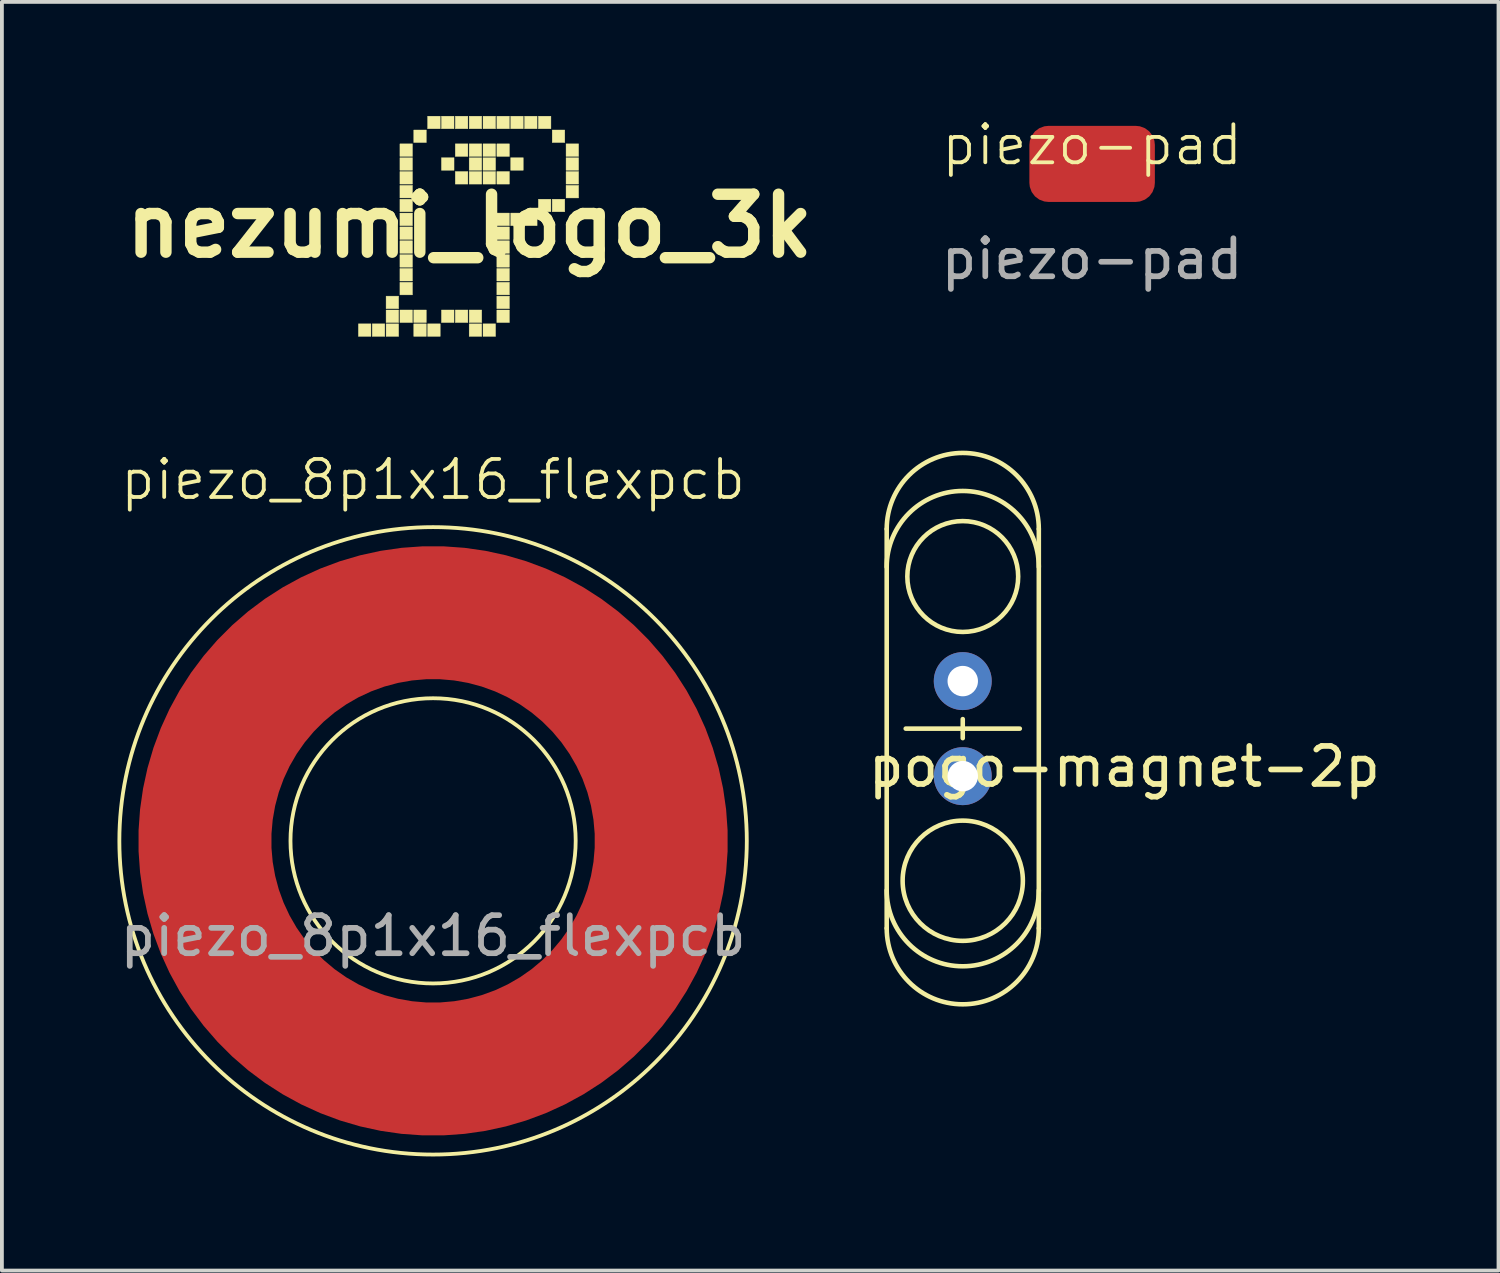
<source format=kicad_pcb>
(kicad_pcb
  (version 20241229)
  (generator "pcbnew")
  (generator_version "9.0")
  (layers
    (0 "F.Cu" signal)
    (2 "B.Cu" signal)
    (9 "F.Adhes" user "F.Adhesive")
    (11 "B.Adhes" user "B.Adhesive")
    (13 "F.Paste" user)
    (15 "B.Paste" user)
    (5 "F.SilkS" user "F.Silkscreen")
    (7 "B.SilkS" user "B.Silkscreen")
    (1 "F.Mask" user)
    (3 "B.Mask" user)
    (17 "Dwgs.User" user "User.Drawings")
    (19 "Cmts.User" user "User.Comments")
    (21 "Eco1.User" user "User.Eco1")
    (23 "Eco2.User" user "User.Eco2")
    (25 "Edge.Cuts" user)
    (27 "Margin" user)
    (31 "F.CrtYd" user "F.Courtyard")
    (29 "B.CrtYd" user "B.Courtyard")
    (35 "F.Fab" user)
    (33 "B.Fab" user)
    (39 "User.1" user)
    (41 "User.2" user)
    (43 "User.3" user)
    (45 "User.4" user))
  (footprint "piezo_8p1x16_flexpcb"
    (layer "F.Cu")
    (at 8.339 19.062)
    (property "Reference" "piezo_8p1x16_flexpcb" (at 0 -9.5 0) (unlocked yes) (layer "F.SilkS") (effects (font (size 1 1) (thickness 0.1))))
    (attr smd)
    (fp_circle (center 0 0) (end -3.75 0) (stroke (width 0.1) (type default)) (fill no) (layer "F.SilkS"))
    (fp_circle (center 0 0) (end 8.25 0) (stroke (width 0.1) (type default)) (fill no) (layer "F.SilkS"))
    (fp_text user "${REFERENCE}" (at 0 2.5 0) (unlocked yes) (layer "F.Fab") (effects (font (size 1 1) (thickness 0.15))))
    (pad "1" smd custom (at 0 -5.75) (size 1.524 1.524) (layers "F.Cu" "F.Mask" "F.Paste") (options (anchor circle)) (primitives (gr_circle (center 0 5.75) (end 6 5.75) (width 3.5) (fill no)))))
  (footprint "pogo-magnet-2p"
    (layer "F.Cu")
    (at 22.268 16.111)
    (property "Reference" "pogo-magnet-2p" (at 4.25 1 0) (layer "F.SilkS") (effects (font (size 1 1) (thickness 0.15))))
    (attr through_hole)
    (fp_line (start -2 -5.25) (end -2 5.25) (stroke (width 0.12) (type solid)) (layer "F.SilkS"))
    (fp_line (start -1.5 0) (end 1.5 0) (stroke (width 0.12) (type solid)) (layer "F.SilkS"))
    (fp_line (start 0 0.25) (end 0 -0.25) (stroke (width 0.12) (type solid)) (layer "F.SilkS"))
    (fp_line (start 2 -5.25) (end 2 5.25) (stroke (width 0.12) (type solid)) (layer "F.SilkS"))
    (fp_arc (start -2 -5.25) (mid 0 -7.25) (end 2 -5.25) (stroke (width 0.12) (type solid)) (layer "F.SilkS"))
    (fp_arc (start -2 -4.25) (mid 0 -6.25) (end 2 -4.25) (stroke (width 0.12) (type solid)) (layer "F.SilkS"))
    (fp_arc (start 2 4.25) (mid 0 6.25) (end -2 4.25) (stroke (width 0.12) (type solid)) (layer "F.SilkS"))
    (fp_arc (start 2 5.25) (mid 0 7.25) (end -2 5.25) (stroke (width 0.12) (type solid)) (layer "F.SilkS"))
    (fp_circle (center 0 -4) (end 1.25 -3.25) (stroke (width 0.12) (type solid)) (fill no) (layer "F.SilkS"))
    (fp_circle (center 0 4) (end 1.5 4.5) (stroke (width 0.12) (type solid)) (fill no) (layer "F.SilkS"))
    (pad "1" thru_hole circle (at 0 -1.25) (size 1.524 1.524) (drill 0.8) (layers "*.Cu" "*.Mask"))
    (pad "2" thru_hole circle (at 0 1.25) (size 1.524 1.524) (drill 0.8) (layers "*.Cu" "*.Mask")))
  (footprint "nezumi_logo_3k"
    (layer "F.Cu")
    (at 9.296 2.892)
    (property "Reference" "nezumi_logo_3k" (at 0 0 0) (layer "F.SilkS") (effects (font (size 1.524 1.524) (thickness 0.3))))
    (attr through_hole)
    (fp_poly (pts (xy -2.591 2.904) (xy -2.921 2.904) (xy -2.921 2.574) (xy -2.591 2.574) (xy -2.591 2.904)) (stroke (width 0.01) (type solid)) (fill yes) (layer "F.SilkS"))
    (fp_poly (pts (xy -2.227 2.904) (xy -2.557 2.904) (xy -2.557 2.574) (xy -2.227 2.574) (xy -2.227 2.904)) (stroke (width 0.01) (type solid)) (fill yes) (layer "F.SilkS"))
    (fp_poly (pts (xy -1.863 2.176) (xy -2.193 2.176) (xy -2.193 1.846) (xy -1.863 1.846) (xy -1.863 2.176)) (stroke (width 0.01) (type solid)) (fill yes) (layer "F.SilkS"))
    (fp_poly (pts (xy -1.863 2.54) (xy -2.193 2.54) (xy -2.193 2.21) (xy -1.863 2.21) (xy -1.863 2.54)) (stroke (width 0.01) (type solid)) (fill yes) (layer "F.SilkS"))
    (fp_poly (pts (xy -1.863 2.904) (xy -2.193 2.904) (xy -2.193 2.574) (xy -1.863 2.574) (xy -1.863 2.904)) (stroke (width 0.01) (type solid)) (fill yes) (layer "F.SilkS"))
    (fp_poly (pts (xy -1.499 -1.829) (xy -1.829 -1.829) (xy -1.829 -2.159) (xy -1.499 -2.159) (xy -1.499 -1.829)) (stroke (width 0.01) (type solid)) (fill yes) (layer "F.SilkS"))
    (fp_poly (pts (xy -1.499 -1.465) (xy -1.829 -1.465) (xy -1.829 -1.795) (xy -1.499 -1.795) (xy -1.499 -1.465)) (stroke (width 0.01) (type solid)) (fill yes) (layer "F.SilkS"))
    (fp_poly (pts (xy -1.499 -1.101) (xy -1.829 -1.101) (xy -1.829 -1.431) (xy -1.499 -1.431) (xy -1.499 -1.101)) (stroke (width 0.01) (type solid)) (fill yes) (layer "F.SilkS"))
    (fp_poly (pts (xy -1.499 -0.737) (xy -1.829 -0.737) (xy -1.829 -1.067) (xy -1.499 -1.067) (xy -1.499 -0.737)) (stroke (width 0.01) (type solid)) (fill yes) (layer "F.SilkS"))
    (fp_poly (pts (xy -1.499 -0.373) (xy -1.829 -0.373) (xy -1.829 -0.703) (xy -1.499 -0.703) (xy -1.499 -0.373)) (stroke (width 0.01) (type solid)) (fill yes) (layer "F.SilkS"))
    (fp_poly (pts (xy -1.499 -0.008) (xy -1.829 -0.008) (xy -1.829 -0.339) (xy -1.499 -0.339) (xy -1.499 -0.008)) (stroke (width 0.01) (type solid)) (fill yes) (layer "F.SilkS"))
    (fp_poly (pts (xy -1.499 0.356) (xy -1.829 0.356) (xy -1.829 0.025) (xy -1.499 0.025) (xy -1.499 0.356)) (stroke (width 0.01) (type solid)) (fill yes) (layer "F.SilkS"))
    (fp_poly (pts (xy -1.499 0.72) (xy -1.829 0.72) (xy -1.829 0.389) (xy -1.499 0.389) (xy -1.499 0.72)) (stroke (width 0.01) (type solid)) (fill yes) (layer "F.SilkS"))
    (fp_poly (pts (xy -1.499 1.084) (xy -1.829 1.084) (xy -1.829 0.754) (xy -1.499 0.754) (xy -1.499 1.084)) (stroke (width 0.01) (type solid)) (fill yes) (layer "F.SilkS"))
    (fp_poly (pts (xy -1.499 1.448) (xy -1.829 1.448) (xy -1.829 1.118) (xy -1.499 1.118) (xy -1.499 1.448)) (stroke (width 0.01) (type solid)) (fill yes) (layer "F.SilkS"))
    (fp_poly (pts (xy -1.499 1.812) (xy -1.829 1.812) (xy -1.829 1.482) (xy -1.499 1.482) (xy -1.499 1.812)) (stroke (width 0.01) (type solid)) (fill yes) (layer "F.SilkS"))
    (fp_poly (pts (xy -1.499 2.54) (xy -1.829 2.54) (xy -1.829 2.21) (xy -1.499 2.21) (xy -1.499 2.54)) (stroke (width 0.01) (type solid)) (fill yes) (layer "F.SilkS"))
    (fp_poly (pts (xy -1.135 -2.193) (xy -1.465 -2.193) (xy -1.465 -2.523) (xy -1.135 -2.523) (xy -1.135 -2.193)) (stroke (width 0.01) (type solid)) (fill yes) (layer "F.SilkS"))
    (fp_poly (pts (xy -1.135 2.54) (xy -1.465 2.54) (xy -1.465 2.21) (xy -1.135 2.21) (xy -1.135 2.54)) (stroke (width 0.01) (type solid)) (fill yes) (layer "F.SilkS"))
    (fp_poly (pts (xy -1.135 2.904) (xy -1.465 2.904) (xy -1.465 2.574) (xy -1.135 2.574) (xy -1.135 2.904)) (stroke (width 0.01) (type solid)) (fill yes) (layer "F.SilkS"))
    (fp_poly (pts (xy -0.77 -2.557) (xy -1.101 -2.557) (xy -1.101 -2.887) (xy -0.77 -2.887) (xy -0.77 -2.557)) (stroke (width 0.01) (type solid)) (fill yes) (layer "F.SilkS"))
    (fp_poly (pts (xy -0.77 2.904) (xy -1.101 2.904) (xy -1.101 2.574) (xy -0.77 2.574) (xy -0.77 2.904)) (stroke (width 0.01) (type solid)) (fill yes) (layer "F.SilkS"))
    (fp_poly (pts (xy -0.406 -2.557) (xy -0.737 -2.557) (xy -0.737 -2.887) (xy -0.406 -2.887) (xy -0.406 -2.557)) (stroke (width 0.01) (type solid)) (fill yes) (layer "F.SilkS"))
    (fp_poly (pts (xy -0.406 -1.465) (xy -0.737 -1.465) (xy -0.737 -1.795) (xy -0.406 -1.795) (xy -0.406 -1.465)) (stroke (width 0.01) (type solid)) (fill yes) (layer "F.SilkS"))
    (fp_poly (pts (xy -0.406 2.54) (xy -0.737 2.54) (xy -0.737 2.21) (xy -0.406 2.21) (xy -0.406 2.54)) (stroke (width 0.01) (type solid)) (fill yes) (layer "F.SilkS"))
    (fp_poly (pts (xy -0.042 -2.557) (xy -0.373 -2.557) (xy -0.373 -2.887) (xy -0.042 -2.887) (xy -0.042 -2.557)) (stroke (width 0.01) (type solid)) (fill yes) (layer "F.SilkS"))
    (fp_poly (pts (xy -0.042 -1.829) (xy -0.373 -1.829) (xy -0.373 -2.159) (xy -0.042 -2.159) (xy -0.042 -1.829)) (stroke (width 0.01) (type solid)) (fill yes) (layer "F.SilkS"))
    (fp_poly (pts (xy -0.042 -1.101) (xy -0.373 -1.101) (xy -0.373 -1.431) (xy -0.042 -1.431) (xy -0.042 -1.101)) (stroke (width 0.01) (type solid)) (fill yes) (layer "F.SilkS"))
    (fp_poly (pts (xy -0.042 2.54) (xy -0.373 2.54) (xy -0.373 2.21) (xy -0.042 2.21) (xy -0.042 2.54)) (stroke (width 0.01) (type solid)) (fill yes) (layer "F.SilkS"))
    (fp_poly (pts (xy 0.322 -2.557) (xy -0.008 -2.557) (xy -0.008 -2.887) (xy 0.322 -2.887) (xy 0.322 -2.557)) (stroke (width 0.01) (type solid)) (fill yes) (layer "F.SilkS"))
    (fp_poly (pts (xy 0.322 -1.829) (xy -0.008 -1.829) (xy -0.008 -2.159) (xy 0.322 -2.159) (xy 0.322 -1.829)) (stroke (width 0.01) (type solid)) (fill yes) (layer "F.SilkS"))
    (fp_poly (pts (xy 0.322 -1.465) (xy -0.008 -1.465) (xy -0.008 -1.795) (xy 0.322 -1.795) (xy 0.322 -1.465)) (stroke (width 0.01) (type solid)) (fill yes) (layer "F.SilkS"))
    (fp_poly (pts (xy 0.322 -1.101) (xy -0.008 -1.101) (xy -0.008 -1.431) (xy 0.322 -1.431) (xy 0.322 -1.101)) (stroke (width 0.01) (type solid)) (fill yes) (layer "F.SilkS"))
    (fp_poly (pts (xy 0.322 2.54) (xy -0.008 2.54) (xy -0.008 2.21) (xy 0.322 2.21) (xy 0.322 2.54)) (stroke (width 0.01) (type solid)) (fill yes) (layer "F.SilkS"))
    (fp_poly (pts (xy 0.322 2.904) (xy -0.008 2.904) (xy -0.008 2.574) (xy 0.322 2.574) (xy 0.322 2.904)) (stroke (width 0.01) (type solid)) (fill yes) (layer "F.SilkS"))
    (fp_poly (pts (xy 0.686 -2.557) (xy 0.356 -2.557) (xy 0.356 -2.887) (xy 0.686 -2.887) (xy 0.686 -2.557)) (stroke (width 0.01) (type solid)) (fill yes) (layer "F.SilkS"))
    (fp_poly (pts (xy 0.686 -1.829) (xy 0.356 -1.829) (xy 0.356 -2.159) (xy 0.686 -2.159) (xy 0.686 -1.829)) (stroke (width 0.01) (type solid)) (fill yes) (layer "F.SilkS"))
    (fp_poly (pts (xy 0.686 -1.465) (xy 0.356 -1.465) (xy 0.356 -1.795) (xy 0.686 -1.795) (xy 0.686 -1.465)) (stroke (width 0.01) (type solid)) (fill yes) (layer "F.SilkS"))
    (fp_poly (pts (xy 0.686 -1.101) (xy 0.356 -1.101) (xy 0.356 -1.431) (xy 0.686 -1.431) (xy 0.686 -1.101)) (stroke (width 0.01) (type solid)) (fill yes) (layer "F.SilkS"))
    (fp_poly (pts (xy 0.686 2.904) (xy 0.356 2.904) (xy 0.356 2.574) (xy 0.686 2.574) (xy 0.686 2.904)) (stroke (width 0.01) (type solid)) (fill yes) (layer "F.SilkS"))
    (fp_poly (pts (xy 1.05 -2.557) (xy 0.72 -2.557) (xy 0.72 -2.887) (xy 1.05 -2.887) (xy 1.05 -2.557)) (stroke (width 0.01) (type solid)) (fill yes) (layer "F.SilkS"))
    (fp_poly (pts (xy 1.05 -1.829) (xy 0.72 -1.829) (xy 0.72 -2.159) (xy 1.05 -2.159) (xy 1.05 -1.829)) (stroke (width 0.01) (type solid)) (fill yes) (layer "F.SilkS"))
    (fp_poly (pts (xy 1.05 -1.101) (xy 0.72 -1.101) (xy 0.72 -1.431) (xy 1.05 -1.431) (xy 1.05 -1.101)) (stroke (width 0.01) (type solid)) (fill yes) (layer "F.SilkS"))
    (fp_poly (pts (xy 1.05 -0.008) (xy 0.72 -0.008) (xy 0.72 -0.339) (xy 1.05 -0.339) (xy 1.05 -0.008)) (stroke (width 0.01) (type solid)) (fill yes) (layer "F.SilkS"))
    (fp_poly (pts (xy 1.05 0.356) (xy 0.72 0.356) (xy 0.72 0.025) (xy 1.05 0.025) (xy 1.05 0.356)) (stroke (width 0.01) (type solid)) (fill yes) (layer "F.SilkS"))
    (fp_poly (pts (xy 1.05 0.72) (xy 0.72 0.72) (xy 0.72 0.389) (xy 1.05 0.389) (xy 1.05 0.72)) (stroke (width 0.01) (type solid)) (fill yes) (layer "F.SilkS"))
    (fp_poly (pts (xy 1.05 1.084) (xy 0.72 1.084) (xy 0.72 0.754) (xy 1.05 0.754) (xy 1.05 1.084)) (stroke (width 0.01) (type solid)) (fill yes) (layer "F.SilkS"))
    (fp_poly (pts (xy 1.05 1.448) (xy 0.72 1.448) (xy 0.72 1.118) (xy 1.05 1.118) (xy 1.05 1.448)) (stroke (width 0.01) (type solid)) (fill yes) (layer "F.SilkS"))
    (fp_poly (pts (xy 1.05 1.812) (xy 0.72 1.812) (xy 0.72 1.482) (xy 1.05 1.482) (xy 1.05 1.812)) (stroke (width 0.01) (type solid)) (fill yes) (layer "F.SilkS"))
    (fp_poly (pts (xy 1.05 2.176) (xy 0.72 2.176) (xy 0.72 1.846) (xy 1.05 1.846) (xy 1.05 2.176)) (stroke (width 0.01) (type solid)) (fill yes) (layer "F.SilkS"))
    (fp_poly (pts (xy 1.05 2.54) (xy 0.72 2.54) (xy 0.72 2.21) (xy 1.05 2.21) (xy 1.05 2.54)) (stroke (width 0.01) (type solid)) (fill yes) (layer "F.SilkS"))
    (fp_poly (pts (xy 1.414 -2.557) (xy 1.084 -2.557) (xy 1.084 -2.887) (xy 1.414 -2.887) (xy 1.414 -2.557)) (stroke (width 0.01) (type solid)) (fill yes) (layer "F.SilkS"))
    (fp_poly (pts (xy 1.414 -1.465) (xy 1.084 -1.465) (xy 1.084 -1.795) (xy 1.414 -1.795) (xy 1.414 -1.465)) (stroke (width 0.01) (type solid)) (fill yes) (layer "F.SilkS"))
    (fp_poly (pts (xy 1.414 -0.008) (xy 1.084 -0.008) (xy 1.084 -0.339) (xy 1.414 -0.339) (xy 1.414 -0.008)) (stroke (width 0.01) (type solid)) (fill yes) (layer "F.SilkS"))
    (fp_poly (pts (xy 1.778 -2.557) (xy 1.448 -2.557) (xy 1.448 -2.887) (xy 1.778 -2.887) (xy 1.778 -2.557)) (stroke (width 0.01) (type solid)) (fill yes) (layer "F.SilkS"))
    (fp_poly (pts (xy 1.778 -0.008) (xy 1.448 -0.008) (xy 1.448 -0.339) (xy 1.778 -0.339) (xy 1.778 -0.008)) (stroke (width 0.01) (type solid)) (fill yes) (layer "F.SilkS"))
    (fp_poly (pts (xy 2.142 -2.557) (xy 1.812 -2.557) (xy 1.812 -2.887) (xy 2.142 -2.887) (xy 2.142 -2.557)) (stroke (width 0.01) (type solid)) (fill yes) (layer "F.SilkS"))
    (fp_poly (pts (xy 2.142 -0.373) (xy 1.812 -0.373) (xy 1.812 -0.703) (xy 2.142 -0.703) (xy 2.142 -0.373)) (stroke (width 0.01) (type solid)) (fill yes) (layer "F.SilkS"))
    (fp_poly (pts (xy 2.506 -2.193) (xy 2.176 -2.193) (xy 2.176 -2.523) (xy 2.506 -2.523) (xy 2.506 -2.193)) (stroke (width 0.01) (type solid)) (fill yes) (layer "F.SilkS"))
    (fp_poly (pts (xy 2.506 -0.373) (xy 2.176 -0.373) (xy 2.176 -0.703) (xy 2.506 -0.703) (xy 2.506 -0.373)) (stroke (width 0.01) (type solid)) (fill yes) (layer "F.SilkS"))
    (fp_poly (pts (xy 2.87 -1.829) (xy 2.54 -1.829) (xy 2.54 -2.159) (xy 2.87 -2.159) (xy 2.87 -1.829)) (stroke (width 0.01) (type solid)) (fill yes) (layer "F.SilkS"))
    (fp_poly (pts (xy 2.87 -1.465) (xy 2.54 -1.465) (xy 2.54 -1.795) (xy 2.87 -1.795) (xy 2.87 -1.465)) (stroke (width 0.01) (type solid)) (fill yes) (layer "F.SilkS"))
    (fp_poly (pts (xy 2.87 -1.101) (xy 2.54 -1.101) (xy 2.54 -1.431) (xy 2.87 -1.431) (xy 2.87 -1.101)) (stroke (width 0.01) (type solid)) (fill yes) (layer "F.SilkS"))
    (fp_poly (pts (xy 2.87 -0.737) (xy 2.54 -0.737) (xy 2.54 -1.067) (xy 2.87 -1.067) (xy 2.87 -0.737)) (stroke (width 0.01) (type solid)) (fill yes) (layer "F.SilkS")))
  (footprint "piezo-pad"
    (layer "F.Cu")
    (at 25.67 1.26)
    (property "Reference" "piezo-pad" (at 0 -0.5 0) (unlocked yes) (layer "F.SilkS") (effects (font (size 1 1) (thickness 0.1))))
    (attr smd)
    (fp_text user "${REFERENCE}" (at 0 2.5 0) (unlocked yes) (layer "F.Fab") (effects (font (size 1 1) (thickness 0.15))))
    (pad "1" smd roundrect (at 0 0) (size 3.3 2) (layers "F.Cu" "F.Mask" "F.Paste") (roundrect_rratio 0.25)))
  (gr_rect
    (start -3 -3)
    (end 36.357 30.362)
    (stroke (width 0.1) (type default))
    (fill no)
    (layer "Edge.Cuts")))
</source>
